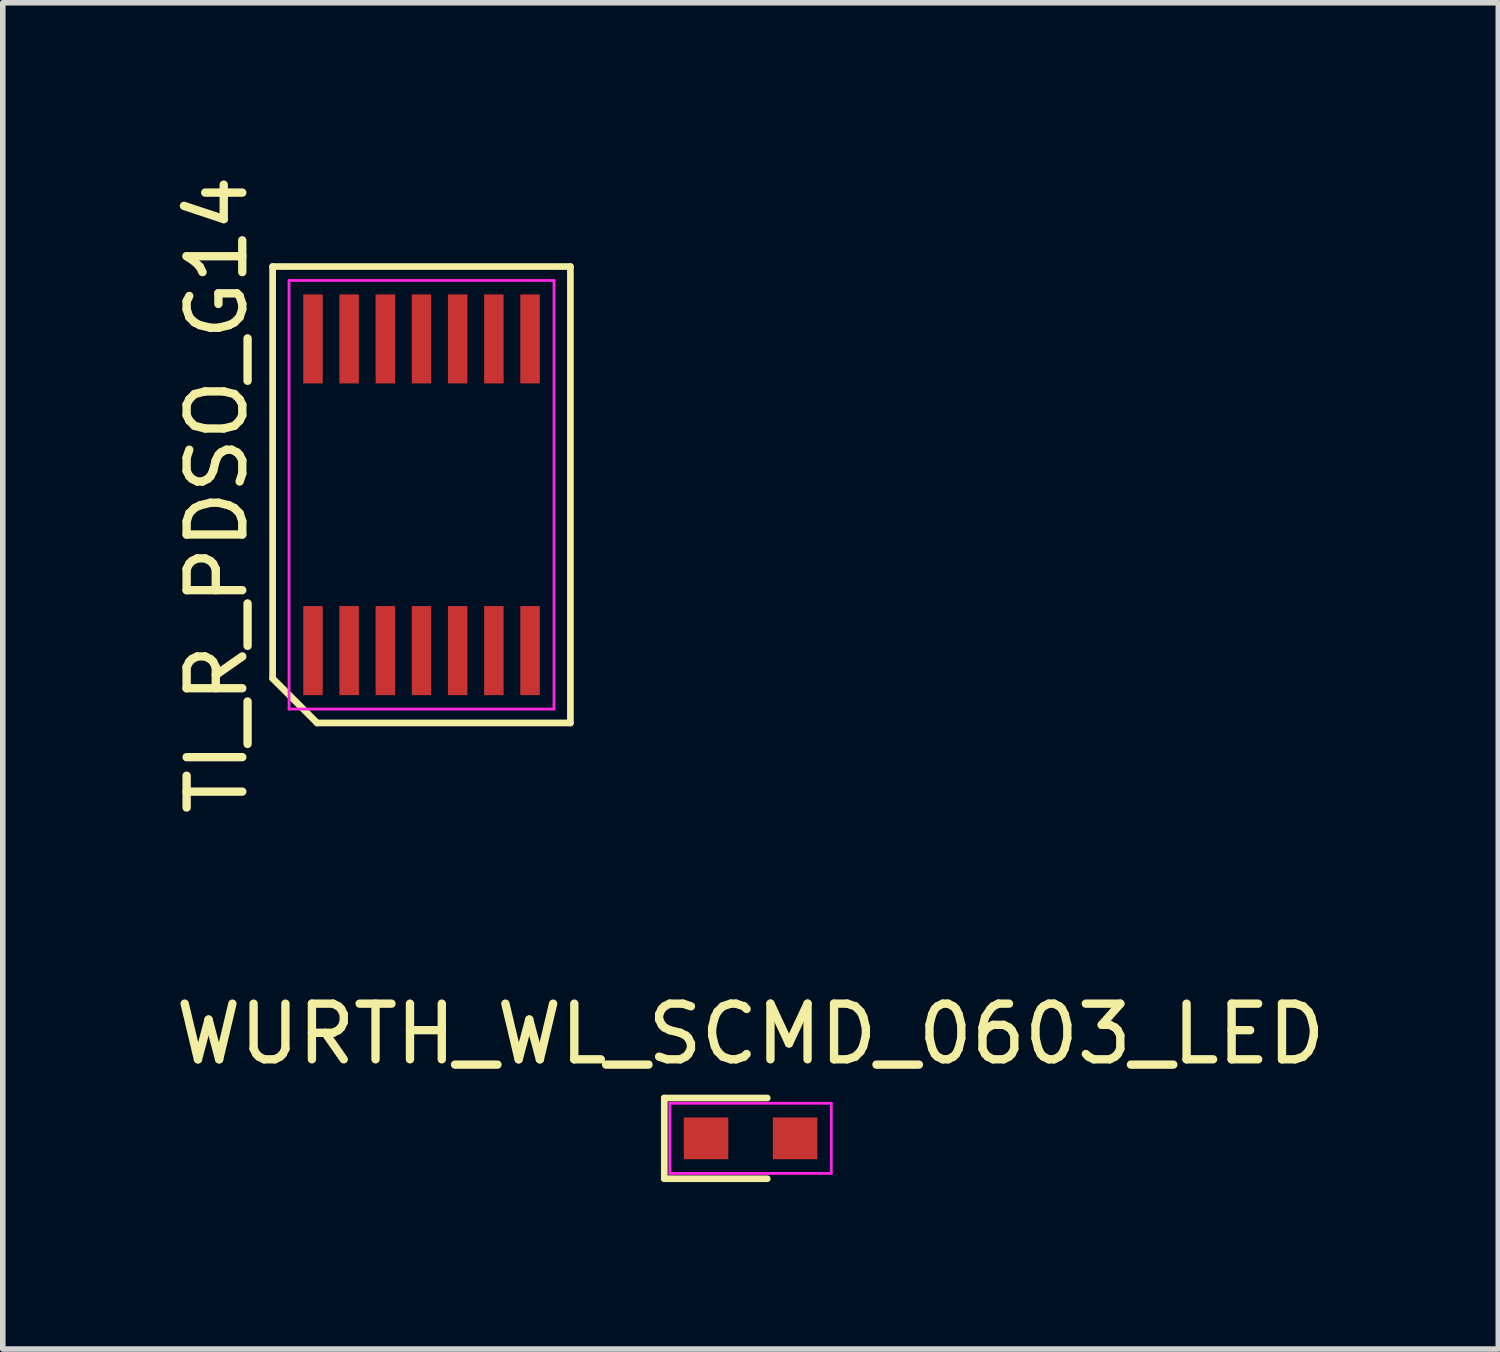
<source format=kicad_pcb>
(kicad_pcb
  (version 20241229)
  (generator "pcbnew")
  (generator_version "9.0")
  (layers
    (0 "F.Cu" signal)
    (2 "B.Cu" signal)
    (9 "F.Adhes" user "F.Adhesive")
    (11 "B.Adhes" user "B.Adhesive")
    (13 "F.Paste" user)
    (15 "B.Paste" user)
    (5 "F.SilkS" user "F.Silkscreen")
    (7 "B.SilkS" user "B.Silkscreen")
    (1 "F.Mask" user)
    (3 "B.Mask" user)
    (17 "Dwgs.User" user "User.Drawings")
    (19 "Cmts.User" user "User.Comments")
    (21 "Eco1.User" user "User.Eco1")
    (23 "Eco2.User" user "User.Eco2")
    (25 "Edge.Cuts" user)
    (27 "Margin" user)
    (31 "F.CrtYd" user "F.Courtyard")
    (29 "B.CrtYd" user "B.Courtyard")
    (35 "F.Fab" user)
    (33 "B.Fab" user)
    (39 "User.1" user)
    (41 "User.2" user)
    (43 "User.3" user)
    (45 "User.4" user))
  (footprint "WURTH_WL_SCMD_0603_LED"
    (layer "F.Cu")
    (at 10.435 17.402)
    (property "Reference" "WURTH_WL_SCMD_0603_LED" (at 0 -1.875 0) (layer "F.SilkS") (effects (font (size 1 1) (thickness 0.15))))
    (attr smd)
    (fp_line (start -1.55 -0.725) (end 0.3 -0.725) (stroke (width 0.12) (type solid)) (layer "F.SilkS"))
    (fp_line (start -1.55 0.725) (end -1.55 -0.725) (stroke (width 0.12) (type solid)) (layer "F.SilkS"))
    (fp_line (start 0.3 0.725) (end -1.55 0.725) (stroke (width 0.12) (type solid)) (layer "F.SilkS"))
    (fp_line (start -1.45 -0.63) (end 1.45 -0.63) (stroke (width 0.05) (type solid)) (layer "F.CrtYd"))
    (fp_line (start -1.45 0.63) (end -1.45 -0.63) (stroke (width 0.05) (type solid)) (layer "F.CrtYd"))
    (fp_line (start 1.45 -0.63) (end 1.45 0.63) (stroke (width 0.05) (type solid)) (layer "F.CrtYd"))
    (fp_line (start 1.45 0.63) (end -1.45 0.63) (stroke (width 0.05) (type solid)) (layer "F.CrtYd"))
    (pad "1" smd rect (at -0.8 0 270) (size 0.75 0.8) (layers "F.Cu" "F.Mask" "F.Paste"))
    (pad "2" smd rect (at 0.8 0 270) (size 0.75 0.8) (layers "F.Cu" "F.Mask" "F.Paste")))
  (footprint "TI_R_PDSO_G14"
    (layer "F.Cu")
    (at 4.523 5.839)
    (property "Reference" "TI_R_PDSO_G14" (at -3.675 0 90) (layer "F.SilkS") (effects (font (size 1 1) (thickness 0.15))))
    (attr smd)
    (fp_line (start -2.675 -4.1) (end 2.675 -4.1) (stroke (width 0.12) (type solid)) (layer "F.SilkS"))
    (fp_line (start -2.675 3.3) (end -2.675 -4.1) (stroke (width 0.12) (type solid)) (layer "F.SilkS"))
    (fp_line (start -1.875 4.1) (end -2.675 3.3) (stroke (width 0.12) (type solid)) (layer "F.SilkS"))
    (fp_line (start 2.675 -4.1) (end 2.675 4.1) (stroke (width 0.12) (type solid)) (layer "F.SilkS"))
    (fp_line (start 2.675 4.1) (end -1.875 4.1) (stroke (width 0.12) (type solid)) (layer "F.SilkS"))
    (fp_line (start -2.38 -3.85) (end 2.38 -3.85) (stroke (width 0.05) (type solid)) (layer "F.CrtYd"))
    (fp_line (start -2.38 3.85) (end -2.38 -3.85) (stroke (width 0.05) (type solid)) (layer "F.CrtYd"))
    (fp_line (start 2.38 -3.85) (end 2.38 3.85) (stroke (width 0.05) (type solid)) (layer "F.CrtYd"))
    (fp_line (start 2.38 3.85) (end -2.38 3.85) (stroke (width 0.05) (type solid)) (layer "F.CrtYd"))
    (pad "1" smd rect (at -1.95 2.8) (size 0.35 1.6) (layers "F.Cu" "F.Mask" "F.Paste"))
    (pad "2" smd rect (at -1.3 2.8) (size 0.35 1.6) (layers "F.Cu" "F.Mask" "F.Paste"))
    (pad "3" smd rect (at -0.65 2.8) (size 0.35 1.6) (layers "F.Cu" "F.Mask" "F.Paste"))
    (pad "4" smd rect (at 0 2.8) (size 0.35 1.6) (layers "F.Cu" "F.Mask" "F.Paste"))
    (pad "5" smd rect (at 0.65 2.8) (size 0.35 1.6) (layers "F.Cu" "F.Mask" "F.Paste"))
    (pad "6" smd rect (at 1.3 2.8) (size 0.35 1.6) (layers "F.Cu" "F.Mask" "F.Paste"))
    (pad "7" smd rect (at 1.95 2.8) (size 0.35 1.6) (layers "F.Cu" "F.Mask" "F.Paste"))
    (pad "8" smd rect (at 1.95 -2.8) (size 0.35 1.6) (layers "F.Cu" "F.Mask" "F.Paste"))
    (pad "9" smd rect (at 1.3 -2.8) (size 0.35 1.6) (layers "F.Cu" "F.Mask" "F.Paste"))
    (pad "10" smd rect (at 0.65 -2.8) (size 0.35 1.6) (layers "F.Cu" "F.Mask" "F.Paste"))
    (pad "11" smd rect (at 0 -2.8) (size 0.35 1.6) (layers "F.Cu" "F.Mask" "F.Paste"))
    (pad "12" smd rect (at -0.65 -2.8) (size 0.35 1.6) (layers "F.Cu" "F.Mask" "F.Paste"))
    (pad "13" smd rect (at -1.3 -2.8) (size 0.35 1.6) (layers "F.Cu" "F.Mask" "F.Paste"))
    (pad "14" smd rect (at -1.95 -2.8) (size 0.35 1.6) (layers "F.Cu" "F.Mask" "F.Paste")))
  (gr_rect
    (start -3 -3)
    (end 23.869 21.187)
    (stroke (width 0.1) (type default))
    (fill no)
    (layer "Edge.Cuts")))
</source>
